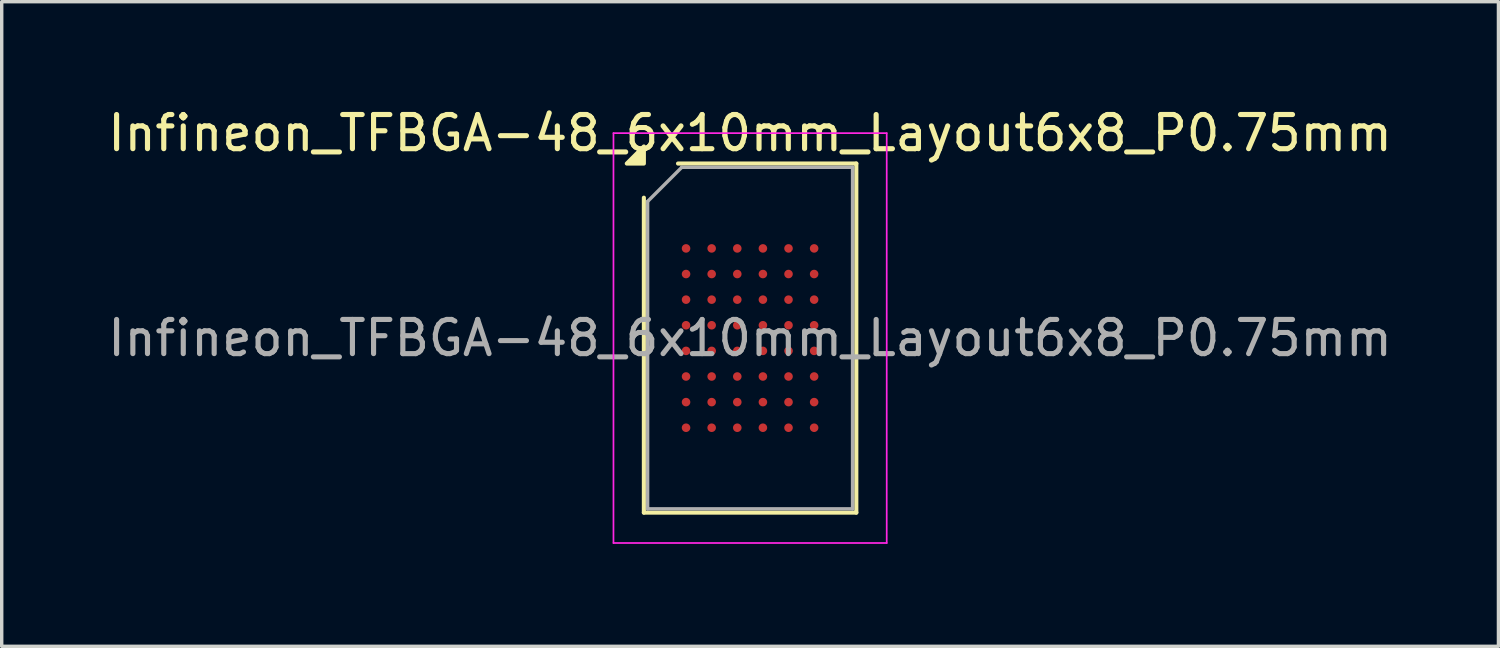
<source format=kicad_pcb>
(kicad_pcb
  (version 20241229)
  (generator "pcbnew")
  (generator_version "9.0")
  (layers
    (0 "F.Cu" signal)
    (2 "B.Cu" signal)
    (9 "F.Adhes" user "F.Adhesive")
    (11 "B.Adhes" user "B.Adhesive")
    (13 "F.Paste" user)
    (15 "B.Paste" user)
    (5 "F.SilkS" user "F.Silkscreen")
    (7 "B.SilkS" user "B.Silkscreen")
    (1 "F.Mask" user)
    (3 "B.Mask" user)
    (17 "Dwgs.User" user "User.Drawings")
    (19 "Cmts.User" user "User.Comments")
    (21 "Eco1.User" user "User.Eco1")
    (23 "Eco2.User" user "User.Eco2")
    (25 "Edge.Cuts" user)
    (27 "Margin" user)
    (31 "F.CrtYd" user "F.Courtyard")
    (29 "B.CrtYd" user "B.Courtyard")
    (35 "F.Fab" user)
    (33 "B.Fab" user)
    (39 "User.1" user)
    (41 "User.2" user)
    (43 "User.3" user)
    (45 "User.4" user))
  (footprint "Infineon_TFBGA-48_6x10mm_Layout6x8_P0.75mm"
    (layer "F.Cu")
    (at 18.911 6.848)
    (property "Reference" "Infineon_TFBGA-48_6x10mm_Layout6x8_P0.75mm" (at 0 -6 0) (layer "F.SilkS") (effects (font (size 1 1) (thickness 0.15))))
    (attr smd)
    (fp_line (start -3.11 5.11) (end -3.11 -4.11) (stroke (width 0.12) (type solid)) (layer "F.SilkS"))
    (fp_line (start -2.11 -5.11) (end 3.11 -5.11) (stroke (width 0.12) (type solid)) (layer "F.SilkS"))
    (fp_line (start 3.11 -5.11) (end 3.11 5.11) (stroke (width 0.12) (type solid)) (layer "F.SilkS"))
    (fp_line (start 3.11 5.11) (end -3.11 5.11) (stroke (width 0.12) (type solid)) (layer "F.SilkS"))
    (fp_poly (pts (xy -3.11 -5.11) (xy -3.61 -5.11) (xy -3.11 -5.61)) (stroke (width 0.12) (type solid)) (fill yes) (layer "F.SilkS"))
    (fp_line (start -4 -6) (end -4 6) (stroke (width 0.05) (type solid)) (layer "F.CrtYd"))
    (fp_line (start -4 6) (end 4 6) (stroke (width 0.05) (type solid)) (layer "F.CrtYd"))
    (fp_line (start 4 -6) (end -4 -6) (stroke (width 0.05) (type solid)) (layer "F.CrtYd"))
    (fp_line (start 4 6) (end 4 -6) (stroke (width 0.05) (type solid)) (layer "F.CrtYd"))
    (fp_line (start -3 -4) (end -2 -5) (stroke (width 0.1) (type solid)) (layer "F.Fab"))
    (fp_line (start -3 5) (end -3 -4) (stroke (width 0.1) (type solid)) (layer "F.Fab"))
    (fp_line (start -2 -5) (end 3 -5) (stroke (width 0.1) (type solid)) (layer "F.Fab"))
    (fp_line (start 3 -5) (end 3 5) (stroke (width 0.1) (type solid)) (layer "F.Fab"))
    (fp_line (start 3 5) (end -3 5) (stroke (width 0.1) (type solid)) (layer "F.Fab"))
    (fp_text user "${REFERENCE}" (at 0 0 0) (layer "F.Fab") (effects (font (size 1 1) (thickness 0.15))))
    (pad "A1" smd circle (at -1.875 -2.625) (size 0.25 0.25) (property pad_prop_bga) (layers "F.Cu" "F.Mask" "F.Paste"))
    (pad "A2" smd circle (at -1.125 -2.625) (size 0.25 0.25) (property pad_prop_bga) (layers "F.Cu" "F.Mask" "F.Paste"))
    (pad "A3" smd circle (at -0.375 -2.625) (size 0.25 0.25) (property pad_prop_bga) (layers "F.Cu" "F.Mask" "F.Paste"))
    (pad "A4" smd circle (at 0.375 -2.625) (size 0.25 0.25) (property pad_prop_bga) (layers "F.Cu" "F.Mask" "F.Paste"))
    (pad "A5" smd circle (at 1.125 -2.625) (size 0.25 0.25) (property pad_prop_bga) (layers "F.Cu" "F.Mask" "F.Paste"))
    (pad "A6" smd circle (at 1.875 -2.625) (size 0.25 0.25) (property pad_prop_bga) (layers "F.Cu" "F.Mask" "F.Paste"))
    (pad "B1" smd circle (at -1.875 -1.875) (size 0.25 0.25) (property pad_prop_bga) (layers "F.Cu" "F.Mask" "F.Paste"))
    (pad "B2" smd circle (at -1.125 -1.875) (size 0.25 0.25) (property pad_prop_bga) (layers "F.Cu" "F.Mask" "F.Paste"))
    (pad "B3" smd circle (at -0.375 -1.875) (size 0.25 0.25) (property pad_prop_bga) (layers "F.Cu" "F.Mask" "F.Paste"))
    (pad "B4" smd circle (at 0.375 -1.875) (size 0.25 0.25) (property pad_prop_bga) (layers "F.Cu" "F.Mask" "F.Paste"))
    (pad "B5" smd circle (at 1.125 -1.875) (size 0.25 0.25) (property pad_prop_bga) (layers "F.Cu" "F.Mask" "F.Paste"))
    (pad "B6" smd circle (at 1.875 -1.875) (size 0.25 0.25) (property pad_prop_bga) (layers "F.Cu" "F.Mask" "F.Paste"))
    (pad "C1" smd circle (at -1.875 -1.125) (size 0.25 0.25) (property pad_prop_bga) (layers "F.Cu" "F.Mask" "F.Paste"))
    (pad "C2" smd circle (at -1.125 -1.125) (size 0.25 0.25) (property pad_prop_bga) (layers "F.Cu" "F.Mask" "F.Paste"))
    (pad "C3" smd circle (at -0.375 -1.125) (size 0.25 0.25) (property pad_prop_bga) (layers "F.Cu" "F.Mask" "F.Paste"))
    (pad "C4" smd circle (at 0.375 -1.125) (size 0.25 0.25) (property pad_prop_bga) (layers "F.Cu" "F.Mask" "F.Paste"))
    (pad "C5" smd circle (at 1.125 -1.125) (size 0.25 0.25) (property pad_prop_bga) (layers "F.Cu" "F.Mask" "F.Paste"))
    (pad "C6" smd circle (at 1.875 -1.125) (size 0.25 0.25) (property pad_prop_bga) (layers "F.Cu" "F.Mask" "F.Paste"))
    (pad "D1" smd circle (at -1.875 -0.375) (size 0.25 0.25) (property pad_prop_bga) (layers "F.Cu" "F.Mask" "F.Paste"))
    (pad "D2" smd circle (at -1.125 -0.375) (size 0.25 0.25) (property pad_prop_bga) (layers "F.Cu" "F.Mask" "F.Paste"))
    (pad "D3" smd circle (at -0.375 -0.375) (size 0.25 0.25) (property pad_prop_bga) (layers "F.Cu" "F.Mask" "F.Paste"))
    (pad "D4" smd circle (at 0.375 -0.375) (size 0.25 0.25) (property pad_prop_bga) (layers "F.Cu" "F.Mask" "F.Paste"))
    (pad "D5" smd circle (at 1.125 -0.375) (size 0.25 0.25) (property pad_prop_bga) (layers "F.Cu" "F.Mask" "F.Paste"))
    (pad "D6" smd circle (at 1.875 -0.375) (size 0.25 0.25) (property pad_prop_bga) (layers "F.Cu" "F.Mask" "F.Paste"))
    (pad "E1" smd circle (at -1.875 0.375) (size 0.25 0.25) (property pad_prop_bga) (layers "F.Cu" "F.Mask" "F.Paste"))
    (pad "E2" smd circle (at -1.125 0.375) (size 0.25 0.25) (property pad_prop_bga) (layers "F.Cu" "F.Mask" "F.Paste"))
    (pad "E3" smd circle (at -0.375 0.375) (size 0.25 0.25) (property pad_prop_bga) (layers "F.Cu" "F.Mask" "F.Paste"))
    (pad "E4" smd circle (at 0.375 0.375) (size 0.25 0.25) (property pad_prop_bga) (layers "F.Cu" "F.Mask" "F.Paste"))
    (pad "E5" smd circle (at 1.125 0.375) (size 0.25 0.25) (property pad_prop_bga) (layers "F.Cu" "F.Mask" "F.Paste"))
    (pad "E6" smd circle (at 1.875 0.375) (size 0.25 0.25) (property pad_prop_bga) (layers "F.Cu" "F.Mask" "F.Paste"))
    (pad "F1" smd circle (at -1.875 1.125) (size 0.25 0.25) (property pad_prop_bga) (layers "F.Cu" "F.Mask" "F.Paste"))
    (pad "F2" smd circle (at -1.125 1.125) (size 0.25 0.25) (property pad_prop_bga) (layers "F.Cu" "F.Mask" "F.Paste"))
    (pad "F3" smd circle (at -0.375 1.125) (size 0.25 0.25) (property pad_prop_bga) (layers "F.Cu" "F.Mask" "F.Paste"))
    (pad "F4" smd circle (at 0.375 1.125) (size 0.25 0.25) (property pad_prop_bga) (layers "F.Cu" "F.Mask" "F.Paste"))
    (pad "F5" smd circle (at 1.125 1.125) (size 0.25 0.25) (property pad_prop_bga) (layers "F.Cu" "F.Mask" "F.Paste"))
    (pad "F6" smd circle (at 1.875 1.125) (size 0.25 0.25) (property pad_prop_bga) (layers "F.Cu" "F.Mask" "F.Paste"))
    (pad "G1" smd circle (at -1.875 1.875) (size 0.25 0.25) (property pad_prop_bga) (layers "F.Cu" "F.Mask" "F.Paste"))
    (pad "G2" smd circle (at -1.125 1.875) (size 0.25 0.25) (property pad_prop_bga) (layers "F.Cu" "F.Mask" "F.Paste"))
    (pad "G3" smd circle (at -0.375 1.875) (size 0.25 0.25) (property pad_prop_bga) (layers "F.Cu" "F.Mask" "F.Paste"))
    (pad "G4" smd circle (at 0.375 1.875) (size 0.25 0.25) (property pad_prop_bga) (layers "F.Cu" "F.Mask" "F.Paste"))
    (pad "G5" smd circle (at 1.125 1.875) (size 0.25 0.25) (property pad_prop_bga) (layers "F.Cu" "F.Mask" "F.Paste"))
    (pad "G6" smd circle (at 1.875 1.875) (size 0.25 0.25) (property pad_prop_bga) (layers "F.Cu" "F.Mask" "F.Paste"))
    (pad "H1" smd circle (at -1.875 2.625) (size 0.25 0.25) (property pad_prop_bga) (layers "F.Cu" "F.Mask" "F.Paste"))
    (pad "H2" smd circle (at -1.125 2.625) (size 0.25 0.25) (property pad_prop_bga) (layers "F.Cu" "F.Mask" "F.Paste"))
    (pad "H3" smd circle (at -0.375 2.625) (size 0.25 0.25) (property pad_prop_bga) (layers "F.Cu" "F.Mask" "F.Paste"))
    (pad "H4" smd circle (at 0.375 2.625) (size 0.25 0.25) (property pad_prop_bga) (layers "F.Cu" "F.Mask" "F.Paste"))
    (pad "H5" smd circle (at 1.125 2.625) (size 0.25 0.25) (property pad_prop_bga) (layers "F.Cu" "F.Mask" "F.Paste"))
    (pad "H6" smd circle (at 1.875 2.625) (size 0.25 0.25) (property pad_prop_bga) (layers "F.Cu" "F.Mask" "F.Paste")))
  (gr_rect
    (start -3 -3)
    (end 40.821 15.873)
    (stroke (width 0.1) (type default))
    (fill no)
    (layer "Edge.Cuts")))
</source>
